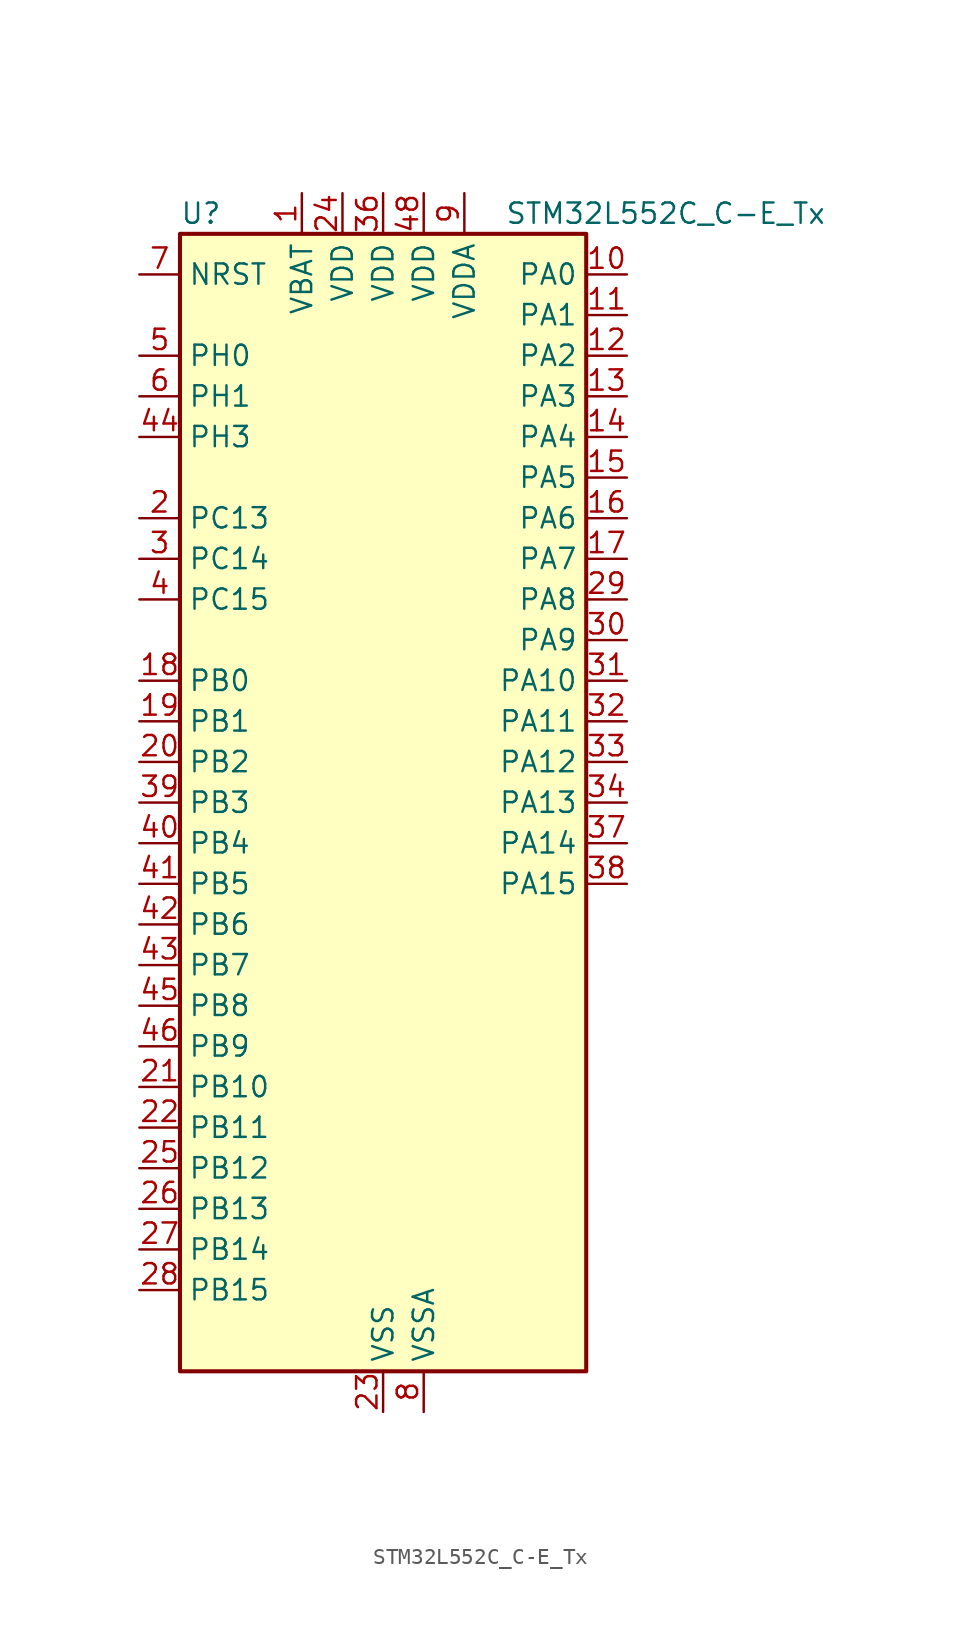
<source format=kicad_sym>
(kicad_symbol_lib
  (version 20231120)
  (generator "kicad_symbol_editor")
  (generator_version "8.0")
  (symbol "STM32L552C_C-E_Tx"
    (property "Reference" "U"
      (at -12.7 36.83 0)
      (effects (font (size 1.27 1.27)) (justify left)))
    (property "Value" "STM32L552C_C-E_Tx"
      (at 7.62 36.83 0)
      (effects (font (size 1.27 1.27)) (justify left)))
    (property "ki_locked" ""
      (at 0 0 0)
      (effects (font (size 1.27 1.27))))
    (symbol "STM32L552C_C-E_Tx_0_1"
      (rectangle (start -12.7 -35.56) (end 12.7 35.56) (stroke (width 0.254) (type default)) (fill (type background))))
    (symbol "STM32L552C_C-E_Tx_1_1"
      (pin power_in line (at -5.08 38.1 270) (length 2.54) (name "VBAT" (effects (font (size 1.27 1.27)))) (number "1" (effects (font (size 1.27 1.27)))))
      (pin bidirectional line (at 15.24 33.02 180) (length 2.54) (name "PA0" (effects (font (size 1.27 1.27)))) (number "10" (effects (font (size 1.27 1.27)))) (alternate "ADC1_IN5" bidirectional line) (alternate "ADC2_IN5" bidirectional line) (alternate "OPAMP1_VINP" bidirectional line) (alternate "PWR_WKUP1" bidirectional line) (alternate "SAI1_EXTCLK" bidirectional line) (alternate "TAMP_IN2" bidirectional line) (alternate "TAMP_OUT1" bidirectional line) (alternate "TIM2_CH1" bidirectional line) (alternate "TIM2_ETR" bidirectional line) (alternate "TIM5_CH1" bidirectional line) (alternate "TIM8_ETR" bidirectional line) (alternate "UART4_TX" bidirectional line) (alternate "USART2_CTS" bidirectional line) (alternate "USART2_NSS" bidirectional line))
      (pin bidirectional line (at 15.24 30.48 180) (length 2.54) (name "PA1" (effects (font (size 1.27 1.27)))) (number "11" (effects (font (size 1.27 1.27)))) (alternate "ADC1_IN6" bidirectional line) (alternate "ADC2_IN6" bidirectional line) (alternate "I2C1_SMBA" bidirectional line) (alternate "OCTOSPI1_DQS" bidirectional line) (alternate "OPAMP1_VINM" bidirectional line) (alternate "SPI1_SCK" bidirectional line) (alternate "TAMP_IN5" bidirectional line) (alternate "TAMP_OUT4" bidirectional line) (alternate "TIM15_CH1N" bidirectional line) (alternate "TIM2_CH2" bidirectional line) (alternate "TIM5_CH2" bidirectional line) (alternate "UART4_RX" bidirectional line) (alternate "USART2_DE" bidirectional line) (alternate "USART2_RTS" bidirectional line))
      (pin bidirectional line (at 15.24 27.94 180) (length 2.54) (name "PA2" (effects (font (size 1.27 1.27)))) (number "12" (effects (font (size 1.27 1.27)))) (alternate "ADC1_IN7" bidirectional line) (alternate "ADC2_IN7" bidirectional line) (alternate "COMP1_INP" bidirectional line) (alternate "LPUART1_TX" bidirectional line) (alternate "OCTOSPI1_NCS" bidirectional line) (alternate "PWR_WKUP4" bidirectional line) (alternate "RCC_LSCO" bidirectional line) (alternate "SAI2_EXTCLK" bidirectional line) (alternate "TIM15_CH1" bidirectional line) (alternate "TIM2_CH3" bidirectional line) (alternate "TIM5_CH3" bidirectional line) (alternate "UCPD1_FRSTX1" bidirectional line) (alternate "USART2_TX" bidirectional line))
      (pin bidirectional line (at 15.24 25.4 180) (length 2.54) (name "PA3" (effects (font (size 1.27 1.27)))) (number "13" (effects (font (size 1.27 1.27)))) (alternate "ADC1_IN8" bidirectional line) (alternate "ADC2_IN8" bidirectional line) (alternate "LPUART1_RX" bidirectional line) (alternate "OCTOSPI1_CLK" bidirectional line) (alternate "OPAMP1_VOUT" bidirectional line) (alternate "SAI1_CK1" bidirectional line) (alternate "SAI1_MCLK_A" bidirectional line) (alternate "TIM15_CH2" bidirectional line) (alternate "TIM2_CH4" bidirectional line) (alternate "TIM5_CH4" bidirectional line) (alternate "USART2_RX" bidirectional line))
      (pin bidirectional line (at 15.24 22.86 180) (length 2.54) (name "PA4" (effects (font (size 1.27 1.27)))) (number "14" (effects (font (size 1.27 1.27)))) (alternate "ADC1_IN9" bidirectional line) (alternate "ADC2_IN9" bidirectional line) (alternate "DAC1_OUT1" bidirectional line) (alternate "LPTIM2_OUT" bidirectional line) (alternate "OCTOSPI1_NCS" bidirectional line) (alternate "SAI1_FS_B" bidirectional line) (alternate "SPI1_NSS" bidirectional line) (alternate "SPI3_NSS" bidirectional line) (alternate "USART2_CK" bidirectional line))
      (pin bidirectional line (at 15.24 20.32 180) (length 2.54) (name "PA5" (effects (font (size 1.27 1.27)))) (number "15" (effects (font (size 1.27 1.27)))) (alternate "ADC1_IN10" bidirectional line) (alternate "ADC2_IN10" bidirectional line) (alternate "DAC1_OUT2" bidirectional line) (alternate "LPTIM2_ETR" bidirectional line) (alternate "SPI1_SCK" bidirectional line) (alternate "TIM2_CH1" bidirectional line) (alternate "TIM2_ETR" bidirectional line) (alternate "TIM8_CH1N" bidirectional line))
      (pin bidirectional line (at 15.24 17.78 180) (length 2.54) (name "PA6" (effects (font (size 1.27 1.27)))) (number "16" (effects (font (size 1.27 1.27)))) (alternate "ADC1_IN11" bidirectional line) (alternate "ADC2_IN11" bidirectional line) (alternate "LPUART1_CTS" bidirectional line) (alternate "OCTOSPI1_IO3" bidirectional line) (alternate "OPAMP2_VINP" bidirectional line) (alternate "SPI1_MISO" bidirectional line) (alternate "TIM16_CH1" bidirectional line) (alternate "TIM1_BKIN" bidirectional line) (alternate "TIM3_CH1" bidirectional line) (alternate "TIM8_BKIN" bidirectional line) (alternate "USART3_CTS" bidirectional line) (alternate "USART3_NSS" bidirectional line))
      (pin bidirectional line (at 15.24 15.24 180) (length 2.54) (name "PA7" (effects (font (size 1.27 1.27)))) (number "17" (effects (font (size 1.27 1.27)))) (alternate "ADC1_IN12" bidirectional line) (alternate "ADC2_IN12" bidirectional line) (alternate "I2C3_SCL" bidirectional line) (alternate "OCTOSPI1_IO2" bidirectional line) (alternate "OPAMP2_VINM" bidirectional line) (alternate "SPI1_MOSI" bidirectional line) (alternate "TIM17_CH1" bidirectional line) (alternate "TIM1_CH1N" bidirectional line) (alternate "TIM3_CH2" bidirectional line) (alternate "TIM8_CH1N" bidirectional line))
      (pin bidirectional line (at -15.24 7.62 0) (length 2.54) (name "PB0" (effects (font (size 1.27 1.27)))) (number "18" (effects (font (size 1.27 1.27)))) (alternate "ADC1_IN15" bidirectional line) (alternate "ADC2_IN15" bidirectional line) (alternate "COMP1_OUT" bidirectional line) (alternate "OCTOSPI1_IO1" bidirectional line) (alternate "OPAMP2_VOUT" bidirectional line) (alternate "SAI1_EXTCLK" bidirectional line) (alternate "SPI1_NSS" bidirectional line) (alternate "TIM1_CH2N" bidirectional line) (alternate "TIM3_CH3" bidirectional line) (alternate "TIM8_CH2N" bidirectional line) (alternate "USART3_CK" bidirectional line))
      (pin bidirectional line (at -15.24 5.08 0) (length 2.54) (name "PB1" (effects (font (size 1.27 1.27)))) (number "19" (effects (font (size 1.27 1.27)))) (alternate "ADC1_IN16" bidirectional line) (alternate "ADC2_IN16" bidirectional line) (alternate "COMP1_INM" bidirectional line) (alternate "DFSDM1_DATIN0" bidirectional line) (alternate "LPTIM2_IN1" bidirectional line) (alternate "LPUART1_DE" bidirectional line) (alternate "LPUART1_RTS" bidirectional line) (alternate "OCTOSPI1_IO0" bidirectional line) (alternate "TIM1_CH3N" bidirectional line) (alternate "TIM3_CH4" bidirectional line) (alternate "TIM8_CH3N" bidirectional line) (alternate "USART3_DE" bidirectional line) (alternate "USART3_RTS" bidirectional line))
      (pin bidirectional line (at -15.24 17.78 0) (length 2.54) (name "PC13" (effects (font (size 1.27 1.27)))) (number "2" (effects (font (size 1.27 1.27)))) (alternate "PWR_WKUP2" bidirectional line) (alternate "RTC_OUT1" bidirectional line) (alternate "RTC_TS" bidirectional line) (alternate "TAMP_IN1" bidirectional line) (alternate "TAMP_OUT2" bidirectional line))
      (pin bidirectional line (at -15.24 2.54 0) (length 2.54) (name "PB2" (effects (font (size 1.27 1.27)))) (number "20" (effects (font (size 1.27 1.27)))) (alternate "COMP1_INP" bidirectional line) (alternate "DFSDM1_CKIN0" bidirectional line) (alternate "I2C3_SMBA" bidirectional line) (alternate "LPTIM1_OUT" bidirectional line) (alternate "OCTOSPI1_DQS" bidirectional line) (alternate "RTC_OUT2" bidirectional line) (alternate "UCPD1_FRSTX1" bidirectional line))
      (pin bidirectional line (at -15.24 -17.78 0) (length 2.54) (name "PB10" (effects (font (size 1.27 1.27)))) (number "21" (effects (font (size 1.27 1.27)))) (alternate "COMP1_OUT" bidirectional line) (alternate "I2C2_SCL" bidirectional line) (alternate "I2C4_SCL" bidirectional line) (alternate "LPTIM3_OUT" bidirectional line) (alternate "LPUART1_RX" bidirectional line) (alternate "OCTOSPI1_CLK" bidirectional line) (alternate "SAI1_SCK_A" bidirectional line) (alternate "SPI2_SCK" bidirectional line) (alternate "TIM2_CH3" bidirectional line) (alternate "TSC_SYNC" bidirectional line) (alternate "USART3_TX" bidirectional line))
      (pin bidirectional line (at -15.24 -20.32 0) (length 2.54) (name "PB11" (effects (font (size 1.27 1.27)))) (number "22" (effects (font (size 1.27 1.27)))) (alternate "ADC1_EXTI11" bidirectional line) (alternate "ADC2_EXTI11" bidirectional line) (alternate "COMP2_OUT" bidirectional line) (alternate "I2C2_SDA" bidirectional line) (alternate "I2C4_SDA" bidirectional line) (alternate "LPUART1_TX" bidirectional line) (alternate "OCTOSPI1_NCS" bidirectional line) (alternate "TIM2_CH4" bidirectional line) (alternate "USART3_RX" bidirectional line))
      (pin power_in line (at 0 -38.1 90) (length 2.54) (name "VSS" (effects (font (size 1.27 1.27)))) (number "23" (effects (font (size 1.27 1.27)))))
      (pin power_in line (at -2.54 38.1 270) (length 2.54) (name "VDD" (effects (font (size 1.27 1.27)))) (number "24" (effects (font (size 1.27 1.27)))))
      (pin bidirectional line (at -15.24 -22.86 0) (length 2.54) (name "PB12" (effects (font (size 1.27 1.27)))) (number "25" (effects (font (size 1.27 1.27)))) (alternate "DFSDM1_DATIN1" bidirectional line) (alternate "I2C2_SMBA" bidirectional line) (alternate "LPUART1_DE" bidirectional line) (alternate "LPUART1_RTS" bidirectional line) (alternate "OCTOSPI1_NCLK" bidirectional line) (alternate "SAI2_FS_A" bidirectional line) (alternate "SPI2_NSS" bidirectional line) (alternate "TIM15_BKIN" bidirectional line) (alternate "TIM1_BKIN" bidirectional line) (alternate "TSC_G1_IO1" bidirectional line) (alternate "USART3_CK" bidirectional line))
      (pin bidirectional line (at -15.24 -25.4 0) (length 2.54) (name "PB13" (effects (font (size 1.27 1.27)))) (number "26" (effects (font (size 1.27 1.27)))) (alternate "DFSDM1_CKIN1" bidirectional line) (alternate "I2C2_SCL" bidirectional line) (alternate "LPTIM3_IN1" bidirectional line) (alternate "LPUART1_CTS" bidirectional line) (alternate "SAI2_SCK_A" bidirectional line) (alternate "SPI2_SCK" bidirectional line) (alternate "TIM15_CH1N" bidirectional line) (alternate "TIM1_CH1N" bidirectional line) (alternate "TSC_G1_IO2" bidirectional line) (alternate "UCPD1_FRSTX2" bidirectional line) (alternate "USART3_CTS" bidirectional line) (alternate "USART3_NSS" bidirectional line))
      (pin bidirectional line (at -15.24 -27.94 0) (length 2.54) (name "PB14" (effects (font (size 1.27 1.27)))) (number "27" (effects (font (size 1.27 1.27)))) (alternate "DFSDM1_DATIN2" bidirectional line) (alternate "I2C2_SDA" bidirectional line) (alternate "LPTIM3_ETR" bidirectional line) (alternate "SAI2_MCLK_A" bidirectional line) (alternate "SPI2_MISO" bidirectional line) (alternate "TIM15_CH1" bidirectional line) (alternate "TIM1_CH2N" bidirectional line) (alternate "TIM8_CH2N" bidirectional line) (alternate "TSC_G1_IO3" bidirectional line) (alternate "UCPD1_DBCC2" bidirectional line) (alternate "USART3_DE" bidirectional line) (alternate "USART3_RTS" bidirectional line))
      (pin bidirectional line (at -15.24 -30.48 0) (length 2.54) (name "PB15" (effects (font (size 1.27 1.27)))) (number "28" (effects (font (size 1.27 1.27)))) (alternate "ADC1_EXTI15" bidirectional line) (alternate "ADC2_EXTI15" bidirectional line) (alternate "DFSDM1_CKIN2" bidirectional line) (alternate "RTC_REFIN" bidirectional line) (alternate "SAI2_SD_A" bidirectional line) (alternate "SPI2_MOSI" bidirectional line) (alternate "TIM15_CH2" bidirectional line) (alternate "TIM1_CH3N" bidirectional line) (alternate "TIM8_CH3N" bidirectional line) (alternate "UCPD1_CC2" bidirectional line))
      (pin bidirectional line (at 15.24 12.7 180) (length 2.54) (name "PA8" (effects (font (size 1.27 1.27)))) (number "29" (effects (font (size 1.27 1.27)))) (alternate "LPTIM2_OUT" bidirectional line) (alternate "RCC_MCO" bidirectional line) (alternate "SAI1_CK2" bidirectional line) (alternate "SAI1_SCK_A" bidirectional line) (alternate "TIM1_CH1" bidirectional line) (alternate "USART1_CK" bidirectional line))
      (pin bidirectional line (at -15.24 15.24 0) (length 2.54) (name "PC14" (effects (font (size 1.27 1.27)))) (number "3" (effects (font (size 1.27 1.27)))) (alternate "RCC_OSC32_IN" bidirectional line))
      (pin bidirectional line (at 15.24 10.16 180) (length 2.54) (name "PA9" (effects (font (size 1.27 1.27)))) (number "30" (effects (font (size 1.27 1.27)))) (alternate "DAC1_EXTI9" bidirectional line) (alternate "SAI1_FS_A" bidirectional line) (alternate "SPI2_SCK" bidirectional line) (alternate "TIM15_BKIN" bidirectional line) (alternate "TIM1_CH2" bidirectional line) (alternate "USART1_TX" bidirectional line))
      (pin bidirectional line (at 15.24 7.62 180) (length 2.54) (name "PA10" (effects (font (size 1.27 1.27)))) (number "31" (effects (font (size 1.27 1.27)))) (alternate "CRS_SYNC" bidirectional line) (alternate "SAI1_D1" bidirectional line) (alternate "SAI1_SD_A" bidirectional line) (alternate "TIM17_BKIN" bidirectional line) (alternate "TIM1_CH3" bidirectional line) (alternate "USART1_RX" bidirectional line))
      (pin bidirectional line (at 15.24 5.08 180) (length 2.54) (name "PA11" (effects (font (size 1.27 1.27)))) (number "32" (effects (font (size 1.27 1.27)))) (alternate "ADC1_EXTI11" bidirectional line) (alternate "ADC2_EXTI11" bidirectional line) (alternate "FDCAN1_RX" bidirectional line) (alternate "SPI1_MISO" bidirectional line) (alternate "TIM1_BKIN2" bidirectional line) (alternate "TIM1_CH4" bidirectional line) (alternate "USART1_CTS" bidirectional line) (alternate "USART1_NSS" bidirectional line) (alternate "USB_DM" bidirectional line))
      (pin bidirectional line (at 15.24 2.54 180) (length 2.54) (name "PA12" (effects (font (size 1.27 1.27)))) (number "33" (effects (font (size 1.27 1.27)))) (alternate "FDCAN1_TX" bidirectional line) (alternate "SPI1_MOSI" bidirectional line) (alternate "TIM1_ETR" bidirectional line) (alternate "USART1_DE" bidirectional line) (alternate "USART1_RTS" bidirectional line) (alternate "USB_DP" bidirectional line))
      (pin bidirectional line (at 15.24 0 180) (length 2.54) (name "PA13" (effects (font (size 1.27 1.27)))) (number "34" (effects (font (size 1.27 1.27)))) (alternate "DEBUG_JTMS-SWDIO" bidirectional line) (alternate "IR_OUT" bidirectional line) (alternate "SAI1_SD_B" bidirectional line) (alternate "USB_NOE" bidirectional line))
      (pin passive line (at 0 -38.1 90) (length 2.54) hide (name "VSS" (effects (font (size 1.27 1.27)))) (number "35" (effects (font (size 1.27 1.27)))))
      (pin power_in line (at 0 38.1 270) (length 2.54) (name "VDD" (effects (font (size 1.27 1.27)))) (number "36" (effects (font (size 1.27 1.27)))))
      (pin bidirectional line (at 15.24 -2.54 180) (length 2.54) (name "PA14" (effects (font (size 1.27 1.27)))) (number "37" (effects (font (size 1.27 1.27)))) (alternate "DEBUG_JTCK-SWCLK" bidirectional line) (alternate "I2C1_SMBA" bidirectional line) (alternate "I2C4_SMBA" bidirectional line) (alternate "LPTIM1_OUT" bidirectional line) (alternate "SAI1_FS_B" bidirectional line))
      (pin bidirectional line (at 15.24 -5.08 180) (length 2.54) (name "PA15" (effects (font (size 1.27 1.27)))) (number "38" (effects (font (size 1.27 1.27)))) (alternate "ADC1_EXTI15" bidirectional line) (alternate "ADC2_EXTI15" bidirectional line) (alternate "DEBUG_JTDI" bidirectional line) (alternate "SAI2_FS_B" bidirectional line) (alternate "SPI1_NSS" bidirectional line) (alternate "SPI3_NSS" bidirectional line) (alternate "TIM2_CH1" bidirectional line) (alternate "TIM2_ETR" bidirectional line) (alternate "UART4_DE" bidirectional line) (alternate "UART4_RTS" bidirectional line) (alternate "UCPD1_CC1" bidirectional line) (alternate "USART2_RX" bidirectional line) (alternate "USART3_DE" bidirectional line) (alternate "USART3_RTS" bidirectional line))
      (pin bidirectional line (at -15.24 0 0) (length 2.54) (name "PB3" (effects (font (size 1.27 1.27)))) (number "39" (effects (font (size 1.27 1.27)))) (alternate "COMP2_INM" bidirectional line) (alternate "CRS_SYNC" bidirectional line) (alternate "DEBUG_JTDO-SWO" bidirectional line) (alternate "SAI1_SCK_B" bidirectional line) (alternate "SPI1_SCK" bidirectional line) (alternate "SPI3_SCK" bidirectional line) (alternate "TIM2_CH2" bidirectional line) (alternate "USART1_DE" bidirectional line) (alternate "USART1_RTS" bidirectional line))
      (pin bidirectional line (at -15.24 12.7 0) (length 2.54) (name "PC15" (effects (font (size 1.27 1.27)))) (number "4" (effects (font (size 1.27 1.27)))) (alternate "ADC1_EXTI15" bidirectional line) (alternate "ADC2_EXTI15" bidirectional line) (alternate "RCC_OSC32_OUT" bidirectional line))
      (pin bidirectional line (at -15.24 -2.54 0) (length 2.54) (name "PB4" (effects (font (size 1.27 1.27)))) (number "40" (effects (font (size 1.27 1.27)))) (alternate "COMP2_INP" bidirectional line) (alternate "DEBUG_JTRST" bidirectional line) (alternate "I2C3_SDA" bidirectional line) (alternate "SAI1_MCLK_B" bidirectional line) (alternate "SPI1_MISO" bidirectional line) (alternate "SPI3_MISO" bidirectional line) (alternate "TIM17_BKIN" bidirectional line) (alternate "TIM3_CH1" bidirectional line) (alternate "TSC_G2_IO1" bidirectional line) (alternate "USART1_CTS" bidirectional line) (alternate "USART1_NSS" bidirectional line))
      (pin bidirectional line (at -15.24 -5.08 0) (length 2.54) (name "PB5" (effects (font (size 1.27 1.27)))) (number "41" (effects (font (size 1.27 1.27)))) (alternate "COMP2_OUT" bidirectional line) (alternate "I2C1_SMBA" bidirectional line) (alternate "LPTIM1_IN1" bidirectional line) (alternate "OCTOSPI1_NCLK" bidirectional line) (alternate "SAI1_SD_B" bidirectional line) (alternate "SPI1_MOSI" bidirectional line) (alternate "SPI3_MOSI" bidirectional line) (alternate "TIM16_BKIN" bidirectional line) (alternate "TIM3_CH2" bidirectional line) (alternate "TSC_G2_IO2" bidirectional line) (alternate "UCPD1_DBCC1" bidirectional line) (alternate "USART1_CK" bidirectional line))
      (pin bidirectional line (at -15.24 -7.62 0) (length 2.54) (name "PB6" (effects (font (size 1.27 1.27)))) (number "42" (effects (font (size 1.27 1.27)))) (alternate "COMP2_INP" bidirectional line) (alternate "I2C1_SCL" bidirectional line) (alternate "I2C4_SCL" bidirectional line) (alternate "LPTIM1_ETR" bidirectional line) (alternate "SAI1_FS_B" bidirectional line) (alternate "TIM16_CH1N" bidirectional line) (alternate "TIM4_CH1" bidirectional line) (alternate "TIM8_BKIN2" bidirectional line) (alternate "TSC_G2_IO3" bidirectional line) (alternate "USART1_TX" bidirectional line))
      (pin bidirectional line (at -15.24 -10.16 0) (length 2.54) (name "PB7" (effects (font (size 1.27 1.27)))) (number "43" (effects (font (size 1.27 1.27)))) (alternate "COMP2_INM" bidirectional line) (alternate "I2C1_SDA" bidirectional line) (alternate "I2C4_SDA" bidirectional line) (alternate "LPTIM1_IN2" bidirectional line) (alternate "PWR_PVD_IN" bidirectional line) (alternate "TIM17_CH1N" bidirectional line) (alternate "TIM4_CH2" bidirectional line) (alternate "TIM8_BKIN" bidirectional line) (alternate "TSC_G2_IO4" bidirectional line) (alternate "UART4_CTS" bidirectional line) (alternate "USART1_RX" bidirectional line))
      (pin bidirectional line (at -15.24 22.86 0) (length 2.54) (name "PH3" (effects (font (size 1.27 1.27)))) (number "44" (effects (font (size 1.27 1.27)))))
      (pin bidirectional line (at -15.24 -12.7 0) (length 2.54) (name "PB8" (effects (font (size 1.27 1.27)))) (number "45" (effects (font (size 1.27 1.27)))) (alternate "DFSDM1_CKOUT" bidirectional line) (alternate "FDCAN1_RX" bidirectional line) (alternate "I2C1_SCL" bidirectional line) (alternate "SAI1_CK1" bidirectional line) (alternate "SAI1_MCLK_A" bidirectional line) (alternate "TIM16_CH1" bidirectional line) (alternate "TIM4_CH3" bidirectional line))
      (pin bidirectional line (at -15.24 -15.24 0) (length 2.54) (name "PB9" (effects (font (size 1.27 1.27)))) (number "46" (effects (font (size 1.27 1.27)))) (alternate "DAC1_EXTI9" bidirectional line) (alternate "FDCAN1_TX" bidirectional line) (alternate "I2C1_SDA" bidirectional line) (alternate "IR_OUT" bidirectional line) (alternate "SAI1_D2" bidirectional line) (alternate "SAI1_FS_A" bidirectional line) (alternate "SPI2_NSS" bidirectional line) (alternate "TIM17_CH1" bidirectional line) (alternate "TIM4_CH4" bidirectional line))
      (pin passive line (at 0 -38.1 90) (length 2.54) hide (name "VSS" (effects (font (size 1.27 1.27)))) (number "47" (effects (font (size 1.27 1.27)))))
      (pin power_in line (at 2.54 38.1 270) (length 2.54) (name "VDD" (effects (font (size 1.27 1.27)))) (number "48" (effects (font (size 1.27 1.27)))))
      (pin bidirectional line (at -15.24 27.94 0) (length 2.54) (name "PH0" (effects (font (size 1.27 1.27)))) (number "5" (effects (font (size 1.27 1.27)))) (alternate "RCC_OSC_IN" bidirectional line))
      (pin bidirectional line (at -15.24 25.4 0) (length 2.54) (name "PH1" (effects (font (size 1.27 1.27)))) (number "6" (effects (font (size 1.27 1.27)))) (alternate "RCC_OSC_OUT" bidirectional line))
      (pin input line (at -15.24 33.02 0) (length 2.54) (name "NRST" (effects (font (size 1.27 1.27)))) (number "7" (effects (font (size 1.27 1.27)))))
      (pin power_in line (at 2.54 -38.1 90) (length 2.54) (name "VSSA" (effects (font (size 1.27 1.27)))) (number "8" (effects (font (size 1.27 1.27)))))
      (pin power_in line (at 5.08 38.1 270) (length 2.54) (name "VDDA" (effects (font (size 1.27 1.27)))) (number "9" (effects (font (size 1.27 1.27)))) (alternate "VREFBUF_OUT" bidirectional line)))))
</source>
